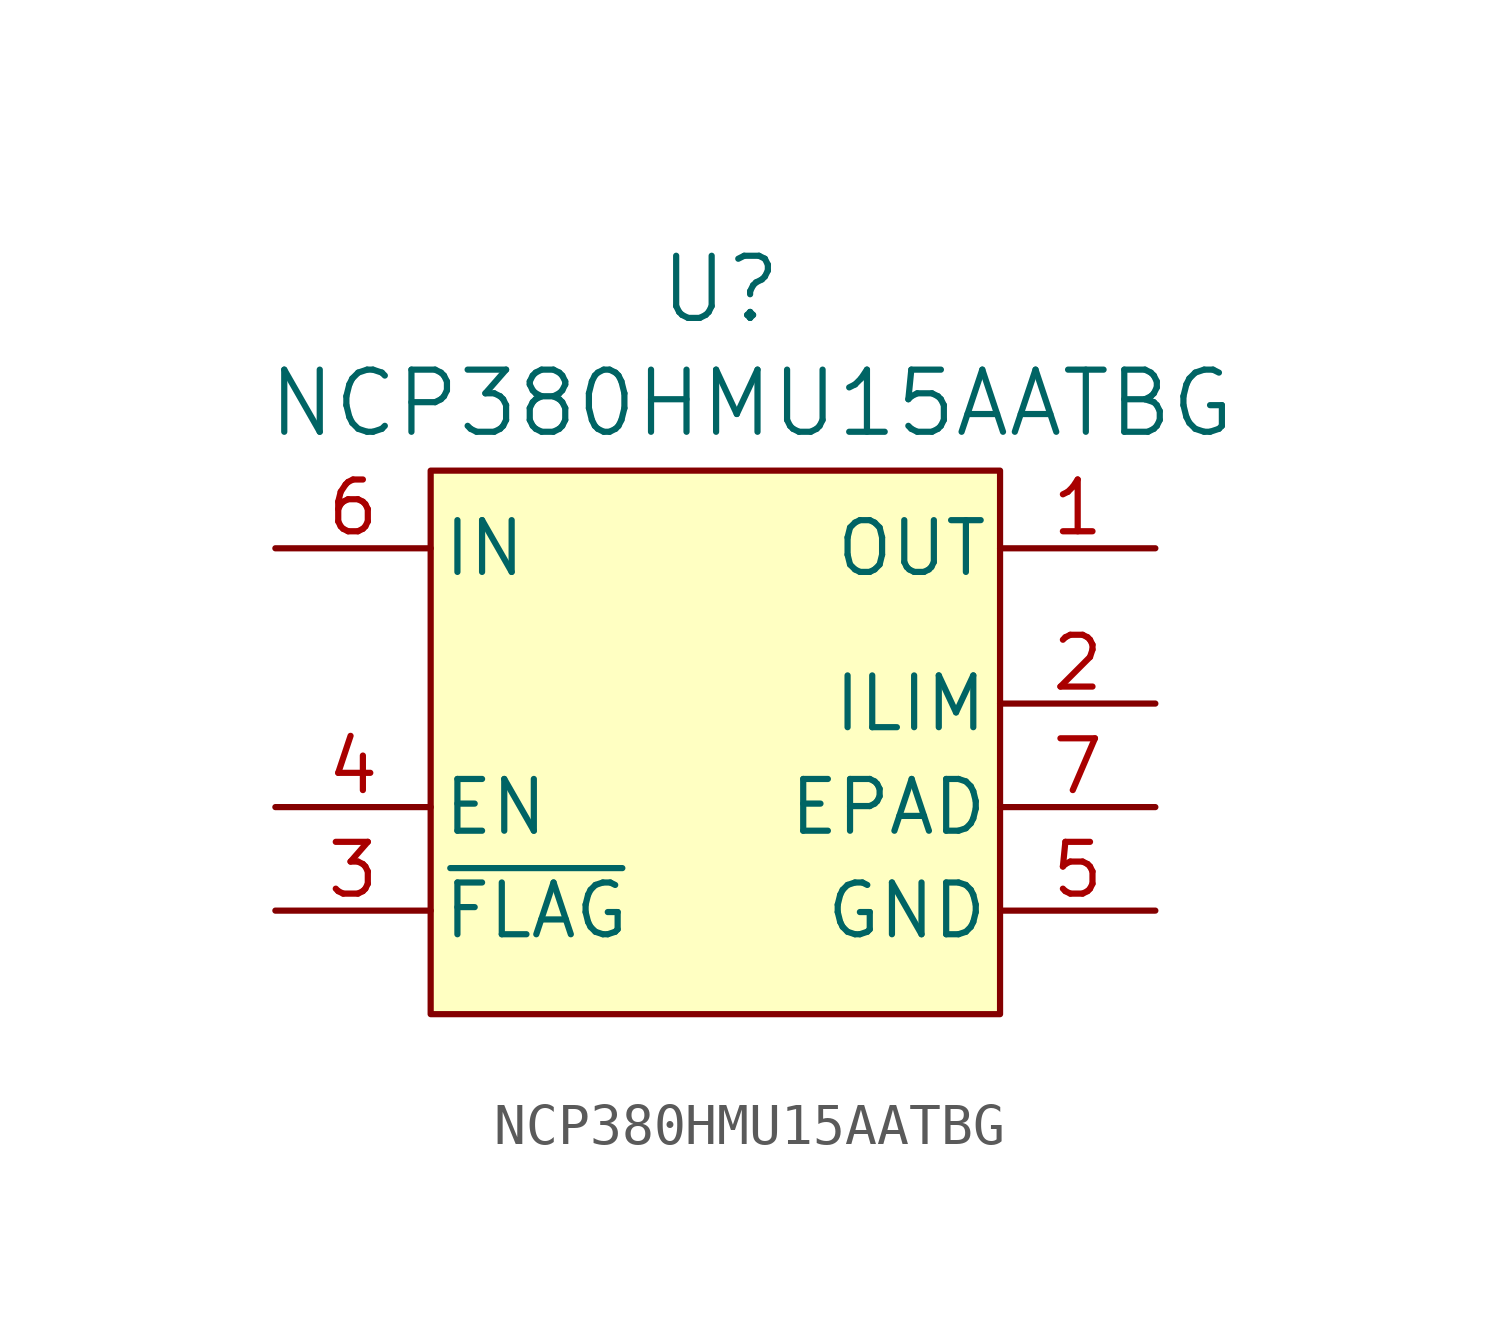
<source format=kicad_sym>
(kicad_symbol_lib
  (version 20231120)
  (generator "kicad_symbol_editor")
  (generator_version "8.0")
  (symbol "NCP380HMU15AATBG"
    (pin_names
      (offset 0.254))
    (property "Reference" "U"
      (at 0.762 11.43 0)
      (effects (font (size 1.524 1.524))))
    (property "Value" "NCP380HMU15AATBG"
      (at 1.524 8.636 0)
      (effects (font (size 1.524 1.524))))
    (property "ki_locked" ""
      (at 0 0 0)
      (effects (font (size 1.27 1.27))))
    (symbol "NCP380HMU15AATBG_0_1"
      (pin output line (at 11.43 5.08 180) (length 3.81) (name "OUT" (effects (font (size 1.27 1.27)))) (number "1" (effects (font (size 1.27 1.27)))))
      (pin input line (at 11.43 1.27 180) (length 3.81) (name "ILIM" (effects (font (size 1.27 1.27)))) (number "2" (effects (font (size 1.27 1.27)))))
      (pin input line (at -10.16 -1.27 0) (length 3.81) (name "EN" (effects (font (size 1.27 1.27)))) (number "4" (effects (font (size 1.27 1.27)))))
      (pin power_in line (at 11.43 -3.81 180) (length 3.81) (name "GND" (effects (font (size 1.27 1.27)))) (number "5" (effects (font (size 1.27 1.27)))))
      (pin unspecified line (at 11.43 -1.27 180) (length 3.81) (name "EPAD" (effects (font (size 1.27 1.27)))) (number "7" (effects (font (size 1.27 1.27))))))
    (symbol "NCP380HMU15AATBG_1_1"
      (rectangle (start -6.35 6.985) (end 7.62 -6.35) (stroke (width 0) (type default)) (fill (type background)))
      (pin output line (at -10.16 -3.81 0) (length 3.81) (name "~{FLAG}" (effects (font (size 1.27 1.27)))) (number "3" (effects (font (size 1.27 1.27)))))
      (pin input line (at -10.16 5.08 0) (length 3.81) (name "IN" (effects (font (size 1.27 1.27)))) (number "6" (effects (font (size 1.27 1.27))))))))
</source>
